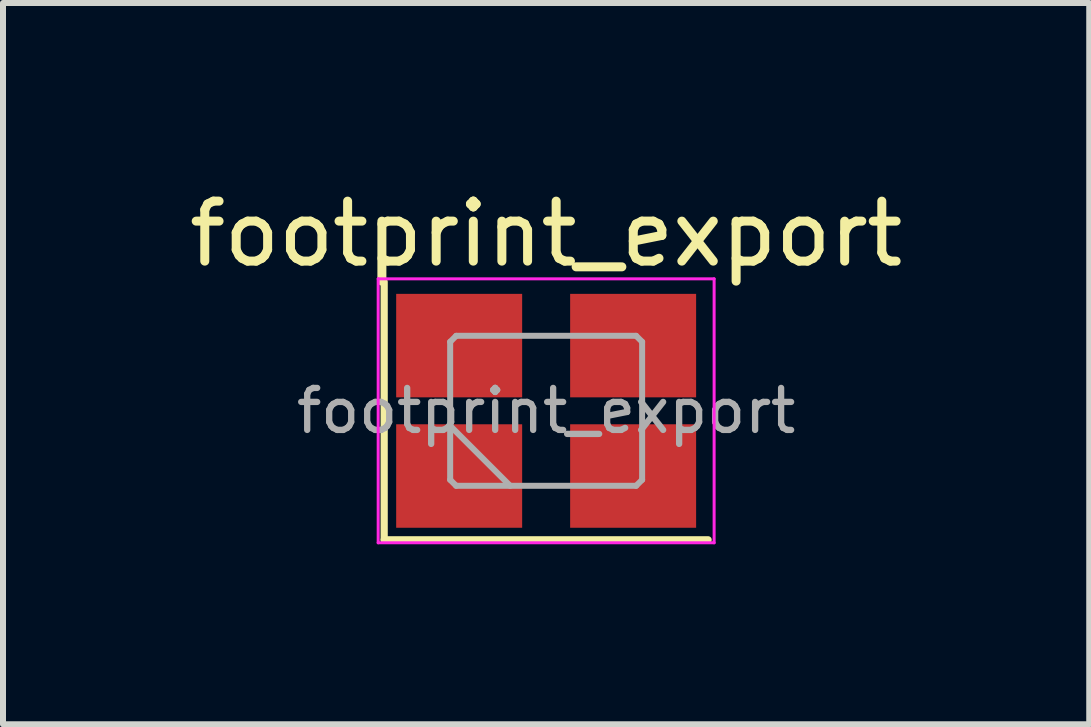
<source format=kicad_pcb>
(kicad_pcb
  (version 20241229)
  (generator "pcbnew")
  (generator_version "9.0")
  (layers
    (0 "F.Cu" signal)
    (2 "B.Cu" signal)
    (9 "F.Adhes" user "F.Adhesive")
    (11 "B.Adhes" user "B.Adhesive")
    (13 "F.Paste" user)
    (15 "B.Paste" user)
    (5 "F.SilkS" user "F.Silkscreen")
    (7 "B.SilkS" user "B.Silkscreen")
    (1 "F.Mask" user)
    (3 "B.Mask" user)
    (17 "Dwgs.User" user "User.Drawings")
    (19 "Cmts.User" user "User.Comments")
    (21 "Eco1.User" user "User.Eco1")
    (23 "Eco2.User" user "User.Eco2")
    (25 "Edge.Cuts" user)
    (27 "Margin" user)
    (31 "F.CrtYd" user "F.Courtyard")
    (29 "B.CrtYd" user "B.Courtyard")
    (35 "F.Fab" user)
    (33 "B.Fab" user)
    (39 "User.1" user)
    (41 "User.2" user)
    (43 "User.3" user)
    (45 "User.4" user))
  (footprint "footprint_export"
    (layer "F.Cu")
    (at 6.054 3.798)
    (property "Reference" "footprint_export" (at 0 -2.95 0) (layer "F.SilkS") (effects (font (size 1 1) (thickness 0.15))))
    (attr smd)
    (fp_line (start -2.7 -2.15) (end -2.7 2.15) (stroke (width 0.12) (type solid)) (layer "F.SilkS"))
    (fp_line (start -2.7 2.15) (end 2.7 2.15) (stroke (width 0.12) (type solid)) (layer "F.SilkS"))
    (fp_line (start -2.8 -2.2) (end -2.8 2.2) (stroke (width 0.05) (type solid)) (layer "F.CrtYd"))
    (fp_line (start -2.8 2.2) (end 2.8 2.2) (stroke (width 0.05) (type solid)) (layer "F.CrtYd"))
    (fp_line (start 2.8 -2.2) (end -2.8 -2.2) (stroke (width 0.05) (type solid)) (layer "F.CrtYd"))
    (fp_line (start 2.8 2.2) (end 2.8 -2.2) (stroke (width 0.05) (type solid)) (layer "F.CrtYd"))
    (fp_line (start -1.6 -1.15) (end -1.5 -1.25) (stroke (width 0.1) (type solid)) (layer "F.Fab"))
    (fp_line (start -1.6 0.25) (end -0.6 1.25) (stroke (width 0.1) (type solid)) (layer "F.Fab"))
    (fp_line (start -1.6 1.15) (end -1.6 -1.15) (stroke (width 0.1) (type solid)) (layer "F.Fab"))
    (fp_line (start -1.5 -1.25) (end 1.5 -1.25) (stroke (width 0.1) (type solid)) (layer "F.Fab"))
    (fp_line (start -1.5 1.25) (end -1.6 1.15) (stroke (width 0.1) (type solid)) (layer "F.Fab"))
    (fp_line (start 1.5 -1.25) (end 1.6 -1.15) (stroke (width 0.1) (type solid)) (layer "F.Fab"))
    (fp_line (start 1.5 1.25) (end -1.5 1.25) (stroke (width 0.1) (type solid)) (layer "F.Fab"))
    (fp_line (start 1.6 -1.15) (end 1.6 1.15) (stroke (width 0.1) (type solid)) (layer "F.Fab"))
    (fp_line (start 1.6 1.15) (end 1.5 1.25) (stroke (width 0.1) (type solid)) (layer "F.Fab"))
    (fp_text user "${REFERENCE}" (at 0 0 0) (layer "F.Fab") (effects (font (size 0.7 0.7) (thickness 0.105))))
    (pad "1" smd rect (at -1.45 1.087) (size 2.1 1.725) (layers "F.Cu" "F.Mask" "F.Paste"))
    (pad "2" smd rect (at 1.45 1.087) (size 2.1 1.725) (layers "F.Cu" "F.Mask" "F.Paste"))
    (pad "3" smd rect (at 1.45 -1.087) (size 2.1 1.725) (layers "F.Cu" "F.Mask" "F.Paste"))
    (pad "4" smd rect (at -1.45 -1.087) (size 2.1 1.725) (layers "F.Cu" "F.Mask" "F.Paste")))
  (gr_rect
    (start -3 -3)
    (end 15.107 9.023)
    (stroke (width 0.1) (type default))
    (fill no)
    (layer "Edge.Cuts")))
</source>
